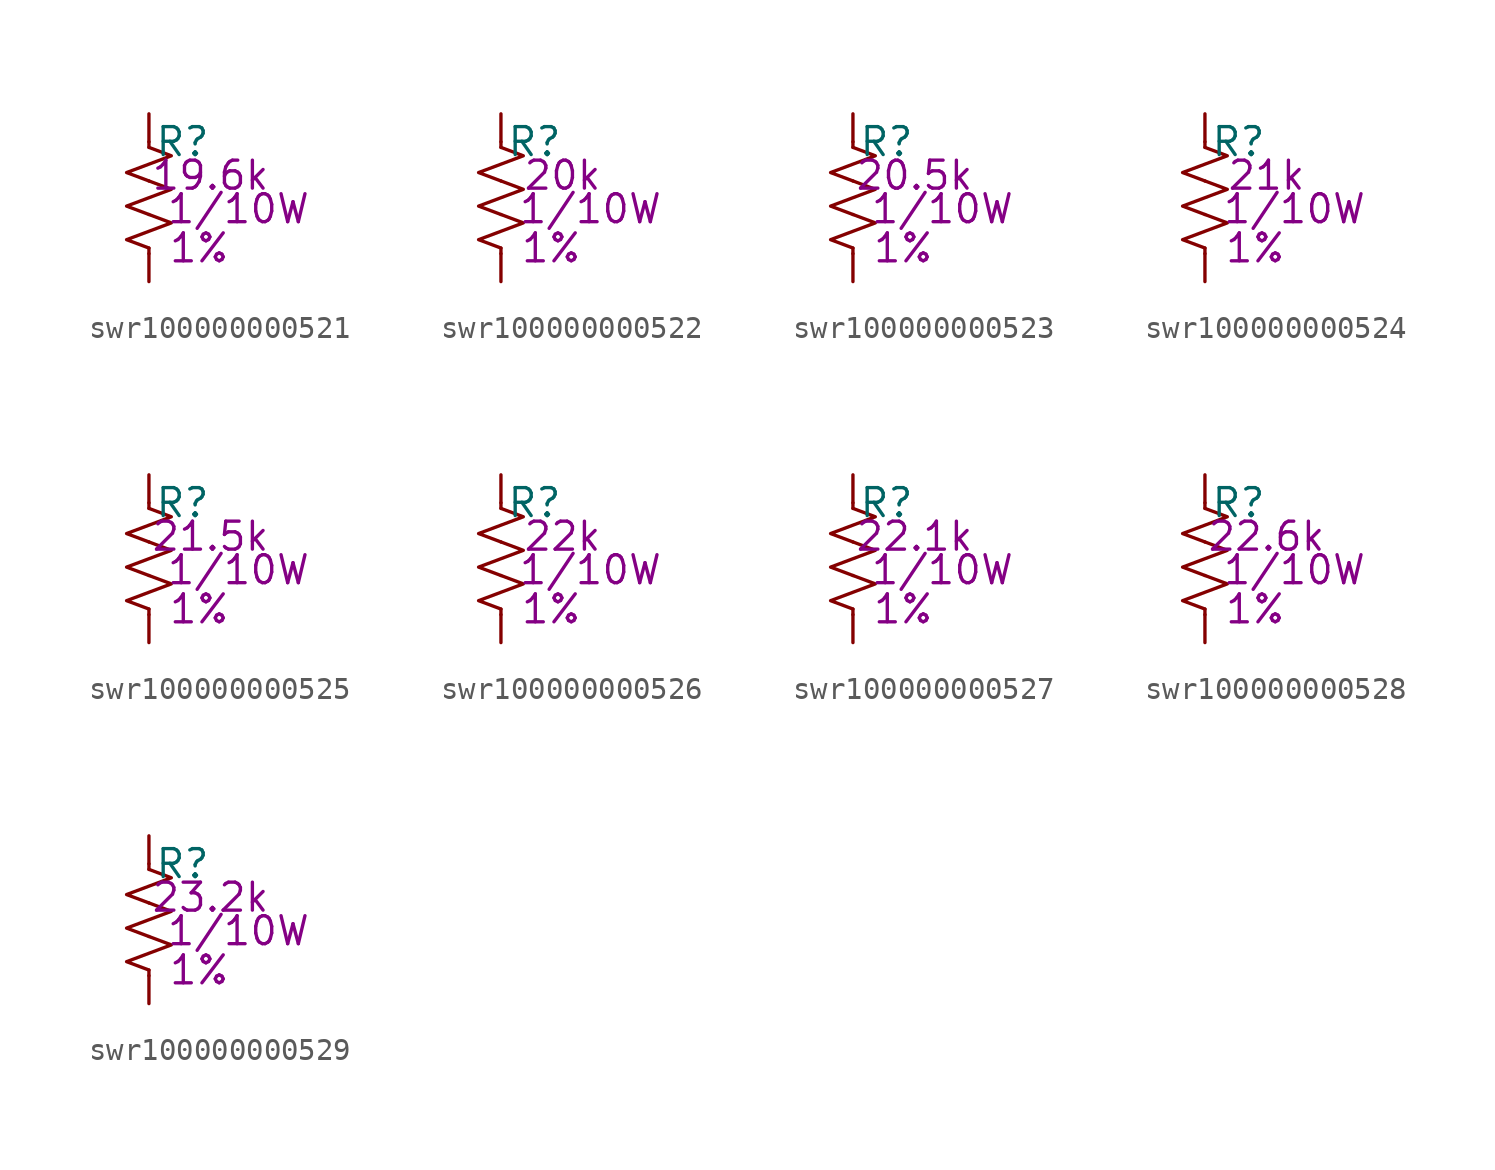
<source format=kicad_sym>
(kicad_symbol_lib
  (version 20211014)
  (generator kicad_symbol_editor)
  (symbol "swr100000000521"
    (pin_numbers hide)
    (pin_names
      (offset 1.016))
    (property "Reference" "R"
      (at 1.524 2.54 0)
      (effects (font (size 1.27 1.27))))
    (property "Tolerance" "1%"
      (at 2.286 -2.286 0)
      (effects (font (size 1.27 1.27))))
    (property "Wattage" "1/10W"
      (at 4.064 -0.508 0)
      (effects (font (size 1.27 1.27))))
    (property "PartValue" "19.6k"
      (at 2.794 1.016 0)
      (effects (font (size 1.27 1.27))))
    (symbol "swr100000000521_1_1"
      (polyline (pts (xy 0 -2.286) (xy 0 -2.54)) (stroke (width 0) (type default) (color 0 0 0 0)) (fill (type none)))
      (polyline (pts (xy 0 2.286) (xy 0 2.54)) (stroke (width 0) (type default) (color 0 0 0 0)) (fill (type none)))
      (polyline (pts (xy 0 -0.762) (xy 1.016 -1.143) (xy 0 -1.524) (xy -1.016 -1.905) (xy 0 -2.286)) (stroke (width 0) (type default) (color 0 0 0 0)) (fill (type none)))
      (polyline (pts (xy 0 0.762) (xy 1.016 0.381) (xy 0 0) (xy -1.016 -0.381) (xy 0 -0.762)) (stroke (width 0) (type default) (color 0 0 0 0)) (fill (type none)))
      (polyline (pts (xy 0 2.286) (xy 1.016 1.905) (xy 0 1.524) (xy -1.016 1.143) (xy 0 0.762)) (stroke (width 0) (type default) (color 0 0 0 0)) (fill (type none)))
      (pin passive line (at 0 3.81 270) (length 1.27) (name "~" (effects (font (size 1.27 1.27)))) (number "1" (effects (font (size 1.27 1.27)))))
      (pin passive line (at 0 -3.81 90) (length 1.27) (name "~" (effects (font (size 1.27 1.27)))) (number "2" (effects (font (size 1.27 1.27)))))))
  (symbol "swr100000000522"
    (pin_numbers hide)
    (pin_names
      (offset 1.016))
    (property "Reference" "R"
      (at 1.524 2.54 0)
      (effects (font (size 1.27 1.27))))
    (property "Tolerance" "1%"
      (at 2.286 -2.286 0)
      (effects (font (size 1.27 1.27))))
    (property "Wattage" "1/10W"
      (at 4.064 -0.508 0)
      (effects (font (size 1.27 1.27))))
    (property "PartValue" "20k"
      (at 2.794 1.016 0)
      (effects (font (size 1.27 1.27))))
    (symbol "swr100000000522_1_1"
      (polyline (pts (xy 0 -2.286) (xy 0 -2.54)) (stroke (width 0) (type default) (color 0 0 0 0)) (fill (type none)))
      (polyline (pts (xy 0 2.286) (xy 0 2.54)) (stroke (width 0) (type default) (color 0 0 0 0)) (fill (type none)))
      (polyline (pts (xy 0 -0.762) (xy 1.016 -1.143) (xy 0 -1.524) (xy -1.016 -1.905) (xy 0 -2.286)) (stroke (width 0) (type default) (color 0 0 0 0)) (fill (type none)))
      (polyline (pts (xy 0 0.762) (xy 1.016 0.381) (xy 0 0) (xy -1.016 -0.381) (xy 0 -0.762)) (stroke (width 0) (type default) (color 0 0 0 0)) (fill (type none)))
      (polyline (pts (xy 0 2.286) (xy 1.016 1.905) (xy 0 1.524) (xy -1.016 1.143) (xy 0 0.762)) (stroke (width 0) (type default) (color 0 0 0 0)) (fill (type none)))
      (pin passive line (at 0 3.81 270) (length 1.27) (name "~" (effects (font (size 1.27 1.27)))) (number "1" (effects (font (size 1.27 1.27)))))
      (pin passive line (at 0 -3.81 90) (length 1.27) (name "~" (effects (font (size 1.27 1.27)))) (number "2" (effects (font (size 1.27 1.27)))))))
  (symbol "swr100000000523"
    (pin_numbers hide)
    (pin_names
      (offset 1.016))
    (property "Reference" "R"
      (at 1.524 2.54 0)
      (effects (font (size 1.27 1.27))))
    (property "Tolerance" "1%"
      (at 2.286 -2.286 0)
      (effects (font (size 1.27 1.27))))
    (property "Wattage" "1/10W"
      (at 4.064 -0.508 0)
      (effects (font (size 1.27 1.27))))
    (property "PartValue" "20.5k"
      (at 2.794 1.016 0)
      (effects (font (size 1.27 1.27))))
    (symbol "swr100000000523_1_1"
      (polyline (pts (xy 0 -2.286) (xy 0 -2.54)) (stroke (width 0) (type default) (color 0 0 0 0)) (fill (type none)))
      (polyline (pts (xy 0 2.286) (xy 0 2.54)) (stroke (width 0) (type default) (color 0 0 0 0)) (fill (type none)))
      (polyline (pts (xy 0 -0.762) (xy 1.016 -1.143) (xy 0 -1.524) (xy -1.016 -1.905) (xy 0 -2.286)) (stroke (width 0) (type default) (color 0 0 0 0)) (fill (type none)))
      (polyline (pts (xy 0 0.762) (xy 1.016 0.381) (xy 0 0) (xy -1.016 -0.381) (xy 0 -0.762)) (stroke (width 0) (type default) (color 0 0 0 0)) (fill (type none)))
      (polyline (pts (xy 0 2.286) (xy 1.016 1.905) (xy 0 1.524) (xy -1.016 1.143) (xy 0 0.762)) (stroke (width 0) (type default) (color 0 0 0 0)) (fill (type none)))
      (pin passive line (at 0 3.81 270) (length 1.27) (name "~" (effects (font (size 1.27 1.27)))) (number "1" (effects (font (size 1.27 1.27)))))
      (pin passive line (at 0 -3.81 90) (length 1.27) (name "~" (effects (font (size 1.27 1.27)))) (number "2" (effects (font (size 1.27 1.27)))))))
  (symbol "swr100000000524"
    (pin_numbers hide)
    (pin_names
      (offset 1.016))
    (property "Reference" "R"
      (at 1.524 2.54 0)
      (effects (font (size 1.27 1.27))))
    (property "Tolerance" "1%"
      (at 2.286 -2.286 0)
      (effects (font (size 1.27 1.27))))
    (property "Wattage" "1/10W"
      (at 4.064 -0.508 0)
      (effects (font (size 1.27 1.27))))
    (property "PartValue" "21k"
      (at 2.794 1.016 0)
      (effects (font (size 1.27 1.27))))
    (symbol "swr100000000524_1_1"
      (polyline (pts (xy 0 -2.286) (xy 0 -2.54)) (stroke (width 0) (type default) (color 0 0 0 0)) (fill (type none)))
      (polyline (pts (xy 0 2.286) (xy 0 2.54)) (stroke (width 0) (type default) (color 0 0 0 0)) (fill (type none)))
      (polyline (pts (xy 0 -0.762) (xy 1.016 -1.143) (xy 0 -1.524) (xy -1.016 -1.905) (xy 0 -2.286)) (stroke (width 0) (type default) (color 0 0 0 0)) (fill (type none)))
      (polyline (pts (xy 0 0.762) (xy 1.016 0.381) (xy 0 0) (xy -1.016 -0.381) (xy 0 -0.762)) (stroke (width 0) (type default) (color 0 0 0 0)) (fill (type none)))
      (polyline (pts (xy 0 2.286) (xy 1.016 1.905) (xy 0 1.524) (xy -1.016 1.143) (xy 0 0.762)) (stroke (width 0) (type default) (color 0 0 0 0)) (fill (type none)))
      (pin passive line (at 0 3.81 270) (length 1.27) (name "~" (effects (font (size 1.27 1.27)))) (number "1" (effects (font (size 1.27 1.27)))))
      (pin passive line (at 0 -3.81 90) (length 1.27) (name "~" (effects (font (size 1.27 1.27)))) (number "2" (effects (font (size 1.27 1.27)))))))
  (symbol "swr100000000525"
    (pin_numbers hide)
    (pin_names
      (offset 1.016))
    (property "Reference" "R"
      (at 1.524 2.54 0)
      (effects (font (size 1.27 1.27))))
    (property "Tolerance" "1%"
      (at 2.286 -2.286 0)
      (effects (font (size 1.27 1.27))))
    (property "Wattage" "1/10W"
      (at 4.064 -0.508 0)
      (effects (font (size 1.27 1.27))))
    (property "PartValue" "21.5k"
      (at 2.794 1.016 0)
      (effects (font (size 1.27 1.27))))
    (symbol "swr100000000525_1_1"
      (polyline (pts (xy 0 -2.286) (xy 0 -2.54)) (stroke (width 0) (type default) (color 0 0 0 0)) (fill (type none)))
      (polyline (pts (xy 0 2.286) (xy 0 2.54)) (stroke (width 0) (type default) (color 0 0 0 0)) (fill (type none)))
      (polyline (pts (xy 0 -0.762) (xy 1.016 -1.143) (xy 0 -1.524) (xy -1.016 -1.905) (xy 0 -2.286)) (stroke (width 0) (type default) (color 0 0 0 0)) (fill (type none)))
      (polyline (pts (xy 0 0.762) (xy 1.016 0.381) (xy 0 0) (xy -1.016 -0.381) (xy 0 -0.762)) (stroke (width 0) (type default) (color 0 0 0 0)) (fill (type none)))
      (polyline (pts (xy 0 2.286) (xy 1.016 1.905) (xy 0 1.524) (xy -1.016 1.143) (xy 0 0.762)) (stroke (width 0) (type default) (color 0 0 0 0)) (fill (type none)))
      (pin passive line (at 0 3.81 270) (length 1.27) (name "~" (effects (font (size 1.27 1.27)))) (number "1" (effects (font (size 1.27 1.27)))))
      (pin passive line (at 0 -3.81 90) (length 1.27) (name "~" (effects (font (size 1.27 1.27)))) (number "2" (effects (font (size 1.27 1.27)))))))
  (symbol "swr100000000526"
    (pin_numbers hide)
    (pin_names
      (offset 1.016))
    (property "Reference" "R"
      (at 1.524 2.54 0)
      (effects (font (size 1.27 1.27))))
    (property "Tolerance" "1%"
      (at 2.286 -2.286 0)
      (effects (font (size 1.27 1.27))))
    (property "Wattage" "1/10W"
      (at 4.064 -0.508 0)
      (effects (font (size 1.27 1.27))))
    (property "PartValue" "22k"
      (at 2.794 1.016 0)
      (effects (font (size 1.27 1.27))))
    (symbol "swr100000000526_1_1"
      (polyline (pts (xy 0 -2.286) (xy 0 -2.54)) (stroke (width 0) (type default) (color 0 0 0 0)) (fill (type none)))
      (polyline (pts (xy 0 2.286) (xy 0 2.54)) (stroke (width 0) (type default) (color 0 0 0 0)) (fill (type none)))
      (polyline (pts (xy 0 -0.762) (xy 1.016 -1.143) (xy 0 -1.524) (xy -1.016 -1.905) (xy 0 -2.286)) (stroke (width 0) (type default) (color 0 0 0 0)) (fill (type none)))
      (polyline (pts (xy 0 0.762) (xy 1.016 0.381) (xy 0 0) (xy -1.016 -0.381) (xy 0 -0.762)) (stroke (width 0) (type default) (color 0 0 0 0)) (fill (type none)))
      (polyline (pts (xy 0 2.286) (xy 1.016 1.905) (xy 0 1.524) (xy -1.016 1.143) (xy 0 0.762)) (stroke (width 0) (type default) (color 0 0 0 0)) (fill (type none)))
      (pin passive line (at 0 3.81 270) (length 1.27) (name "~" (effects (font (size 1.27 1.27)))) (number "1" (effects (font (size 1.27 1.27)))))
      (pin passive line (at 0 -3.81 90) (length 1.27) (name "~" (effects (font (size 1.27 1.27)))) (number "2" (effects (font (size 1.27 1.27)))))))
  (symbol "swr100000000527"
    (pin_numbers hide)
    (pin_names
      (offset 1.016))
    (property "Reference" "R"
      (at 1.524 2.54 0)
      (effects (font (size 1.27 1.27))))
    (property "Tolerance" "1%"
      (at 2.286 -2.286 0)
      (effects (font (size 1.27 1.27))))
    (property "Wattage" "1/10W"
      (at 4.064 -0.508 0)
      (effects (font (size 1.27 1.27))))
    (property "PartValue" "22.1k"
      (at 2.794 1.016 0)
      (effects (font (size 1.27 1.27))))
    (symbol "swr100000000527_1_1"
      (polyline (pts (xy 0 -2.286) (xy 0 -2.54)) (stroke (width 0) (type default) (color 0 0 0 0)) (fill (type none)))
      (polyline (pts (xy 0 2.286) (xy 0 2.54)) (stroke (width 0) (type default) (color 0 0 0 0)) (fill (type none)))
      (polyline (pts (xy 0 -0.762) (xy 1.016 -1.143) (xy 0 -1.524) (xy -1.016 -1.905) (xy 0 -2.286)) (stroke (width 0) (type default) (color 0 0 0 0)) (fill (type none)))
      (polyline (pts (xy 0 0.762) (xy 1.016 0.381) (xy 0 0) (xy -1.016 -0.381) (xy 0 -0.762)) (stroke (width 0) (type default) (color 0 0 0 0)) (fill (type none)))
      (polyline (pts (xy 0 2.286) (xy 1.016 1.905) (xy 0 1.524) (xy -1.016 1.143) (xy 0 0.762)) (stroke (width 0) (type default) (color 0 0 0 0)) (fill (type none)))
      (pin passive line (at 0 3.81 270) (length 1.27) (name "~" (effects (font (size 1.27 1.27)))) (number "1" (effects (font (size 1.27 1.27)))))
      (pin passive line (at 0 -3.81 90) (length 1.27) (name "~" (effects (font (size 1.27 1.27)))) (number "2" (effects (font (size 1.27 1.27)))))))
  (symbol "swr100000000528"
    (pin_numbers hide)
    (pin_names
      (offset 1.016))
    (property "Reference" "R"
      (at 1.524 2.54 0)
      (effects (font (size 1.27 1.27))))
    (property "Tolerance" "1%"
      (at 2.286 -2.286 0)
      (effects (font (size 1.27 1.27))))
    (property "Wattage" "1/10W"
      (at 4.064 -0.508 0)
      (effects (font (size 1.27 1.27))))
    (property "PartValue" "22.6k"
      (at 2.794 1.016 0)
      (effects (font (size 1.27 1.27))))
    (symbol "swr100000000528_1_1"
      (polyline (pts (xy 0 -2.286) (xy 0 -2.54)) (stroke (width 0) (type default) (color 0 0 0 0)) (fill (type none)))
      (polyline (pts (xy 0 2.286) (xy 0 2.54)) (stroke (width 0) (type default) (color 0 0 0 0)) (fill (type none)))
      (polyline (pts (xy 0 -0.762) (xy 1.016 -1.143) (xy 0 -1.524) (xy -1.016 -1.905) (xy 0 -2.286)) (stroke (width 0) (type default) (color 0 0 0 0)) (fill (type none)))
      (polyline (pts (xy 0 0.762) (xy 1.016 0.381) (xy 0 0) (xy -1.016 -0.381) (xy 0 -0.762)) (stroke (width 0) (type default) (color 0 0 0 0)) (fill (type none)))
      (polyline (pts (xy 0 2.286) (xy 1.016 1.905) (xy 0 1.524) (xy -1.016 1.143) (xy 0 0.762)) (stroke (width 0) (type default) (color 0 0 0 0)) (fill (type none)))
      (pin passive line (at 0 3.81 270) (length 1.27) (name "~" (effects (font (size 1.27 1.27)))) (number "1" (effects (font (size 1.27 1.27)))))
      (pin passive line (at 0 -3.81 90) (length 1.27) (name "~" (effects (font (size 1.27 1.27)))) (number "2" (effects (font (size 1.27 1.27)))))))
  (symbol "swr100000000529"
    (pin_numbers hide)
    (pin_names
      (offset 1.016))
    (property "Reference" "R"
      (at 1.524 2.54 0)
      (effects (font (size 1.27 1.27))))
    (property "Tolerance" "1%"
      (at 2.286 -2.286 0)
      (effects (font (size 1.27 1.27))))
    (property "Wattage" "1/10W"
      (at 4.064 -0.508 0)
      (effects (font (size 1.27 1.27))))
    (property "PartValue" "23.2k"
      (at 2.794 1.016 0)
      (effects (font (size 1.27 1.27))))
    (symbol "swr100000000529_1_1"
      (polyline (pts (xy 0 -2.286) (xy 0 -2.54)) (stroke (width 0) (type default) (color 0 0 0 0)) (fill (type none)))
      (polyline (pts (xy 0 2.286) (xy 0 2.54)) (stroke (width 0) (type default) (color 0 0 0 0)) (fill (type none)))
      (polyline (pts (xy 0 -0.762) (xy 1.016 -1.143) (xy 0 -1.524) (xy -1.016 -1.905) (xy 0 -2.286)) (stroke (width 0) (type default) (color 0 0 0 0)) (fill (type none)))
      (polyline (pts (xy 0 0.762) (xy 1.016 0.381) (xy 0 0) (xy -1.016 -0.381) (xy 0 -0.762)) (stroke (width 0) (type default) (color 0 0 0 0)) (fill (type none)))
      (polyline (pts (xy 0 2.286) (xy 1.016 1.905) (xy 0 1.524) (xy -1.016 1.143) (xy 0 0.762)) (stroke (width 0) (type default) (color 0 0 0 0)) (fill (type none)))
      (pin passive line (at 0 3.81 270) (length 1.27) (name "~" (effects (font (size 1.27 1.27)))) (number "1" (effects (font (size 1.27 1.27)))))
      (pin passive line (at 0 -3.81 90) (length 1.27) (name "~" (effects (font (size 1.27 1.27)))) (number "2" (effects (font (size 1.27 1.27))))))))
</source>
